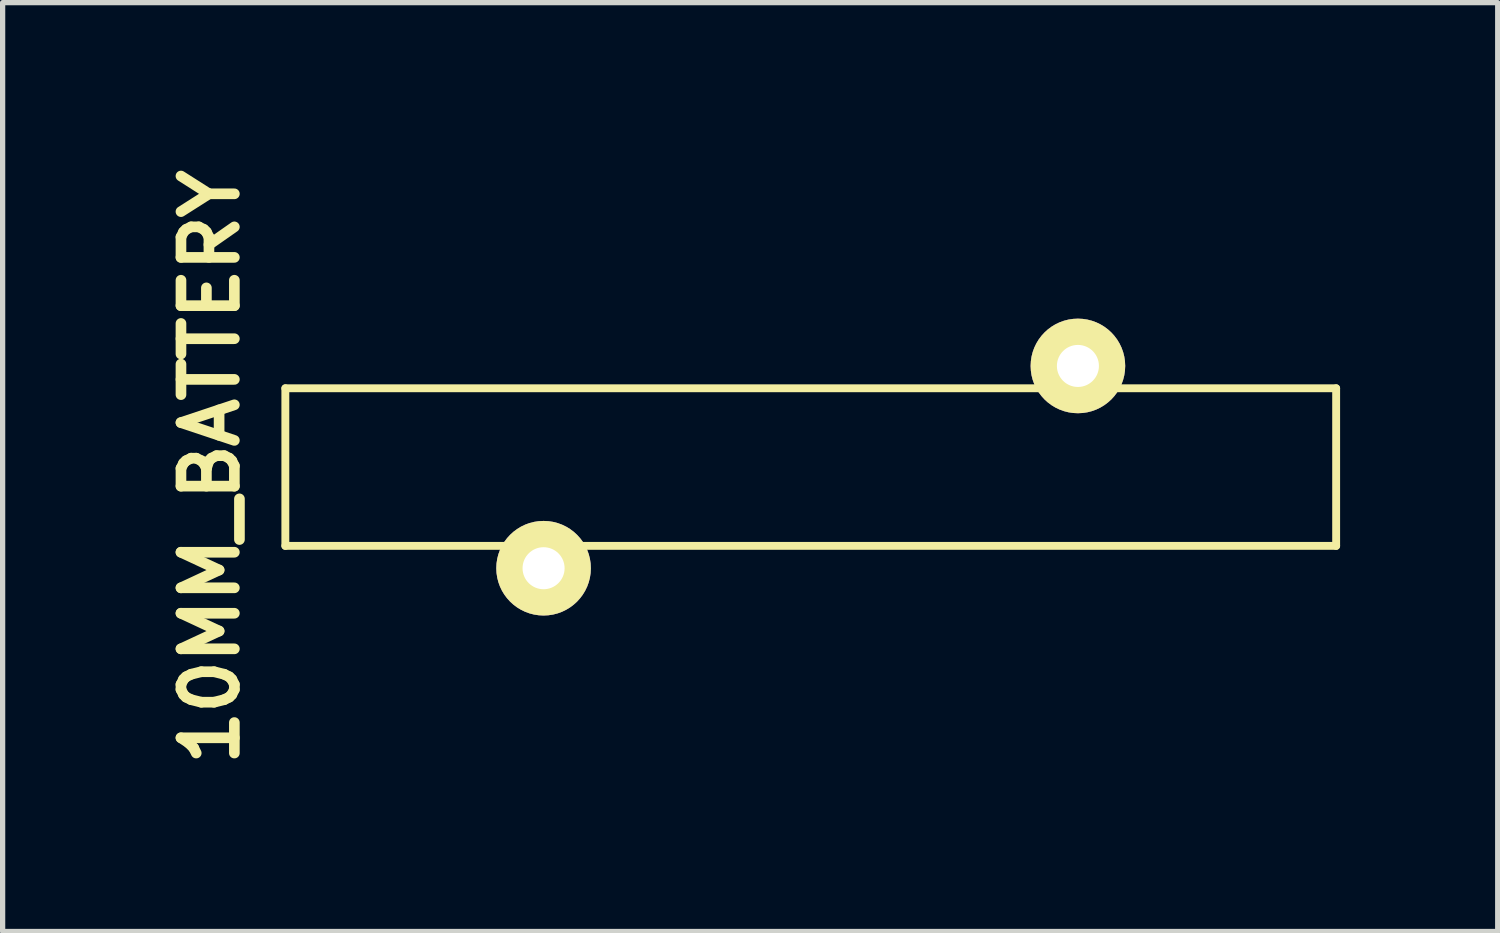
<source format=kicad_pcb>
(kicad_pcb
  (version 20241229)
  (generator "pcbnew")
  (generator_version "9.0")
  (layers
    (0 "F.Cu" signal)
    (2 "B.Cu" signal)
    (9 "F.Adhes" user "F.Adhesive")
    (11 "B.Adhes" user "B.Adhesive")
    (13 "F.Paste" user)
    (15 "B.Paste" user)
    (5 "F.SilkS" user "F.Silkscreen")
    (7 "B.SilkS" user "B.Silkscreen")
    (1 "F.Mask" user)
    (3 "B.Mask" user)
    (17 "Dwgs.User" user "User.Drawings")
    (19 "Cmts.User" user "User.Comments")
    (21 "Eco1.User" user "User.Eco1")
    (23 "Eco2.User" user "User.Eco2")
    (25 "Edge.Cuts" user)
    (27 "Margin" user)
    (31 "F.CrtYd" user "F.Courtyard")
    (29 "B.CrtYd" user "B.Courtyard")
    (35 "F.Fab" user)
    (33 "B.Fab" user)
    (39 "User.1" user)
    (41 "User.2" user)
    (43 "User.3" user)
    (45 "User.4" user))
  (footprint "10MM_BATTERY"
    (layer "F.Cu")
    (at 12.381 5.84)
    (property "Reference" "10MM_BATTERY" (at -11.43 0 90) (layer "F.SilkS") (effects (font (size 1.016 1.016) (thickness 0.203))))
    (attr through_hole)
    (fp_line (start -10 -1.5) (end 10 -1.5) (stroke (width 0.15) (type solid)) (layer "F.SilkS"))
    (fp_line (start -10 1.5) (end -10 -1.5) (stroke (width 0.15) (type solid)) (layer "F.SilkS"))
    (fp_line (start 10 -1.5) (end 10 1.5) (stroke (width 0.15) (type solid)) (layer "F.SilkS"))
    (fp_line (start 10 1.5) (end -10 1.5) (stroke (width 0.15) (type solid)) (layer "F.SilkS"))
    (pad "+" thru_hole circle (at -5.085 1.925) (size 1.8 1.8) (drill 0.8) (layers "*.Cu" "*.Mask" "F.SilkS"))
    (pad "-" thru_hole circle (at 5.085 -1.925) (size 1.8 1.8) (drill 0.8) (layers "*.Cu" "*.Mask" "F.SilkS")))
  (gr_rect
    (start -3 -3)
    (end 25.456 14.679)
    (stroke (width 0.1) (type default))
    (fill no)
    (layer "Edge.Cuts")))
</source>
